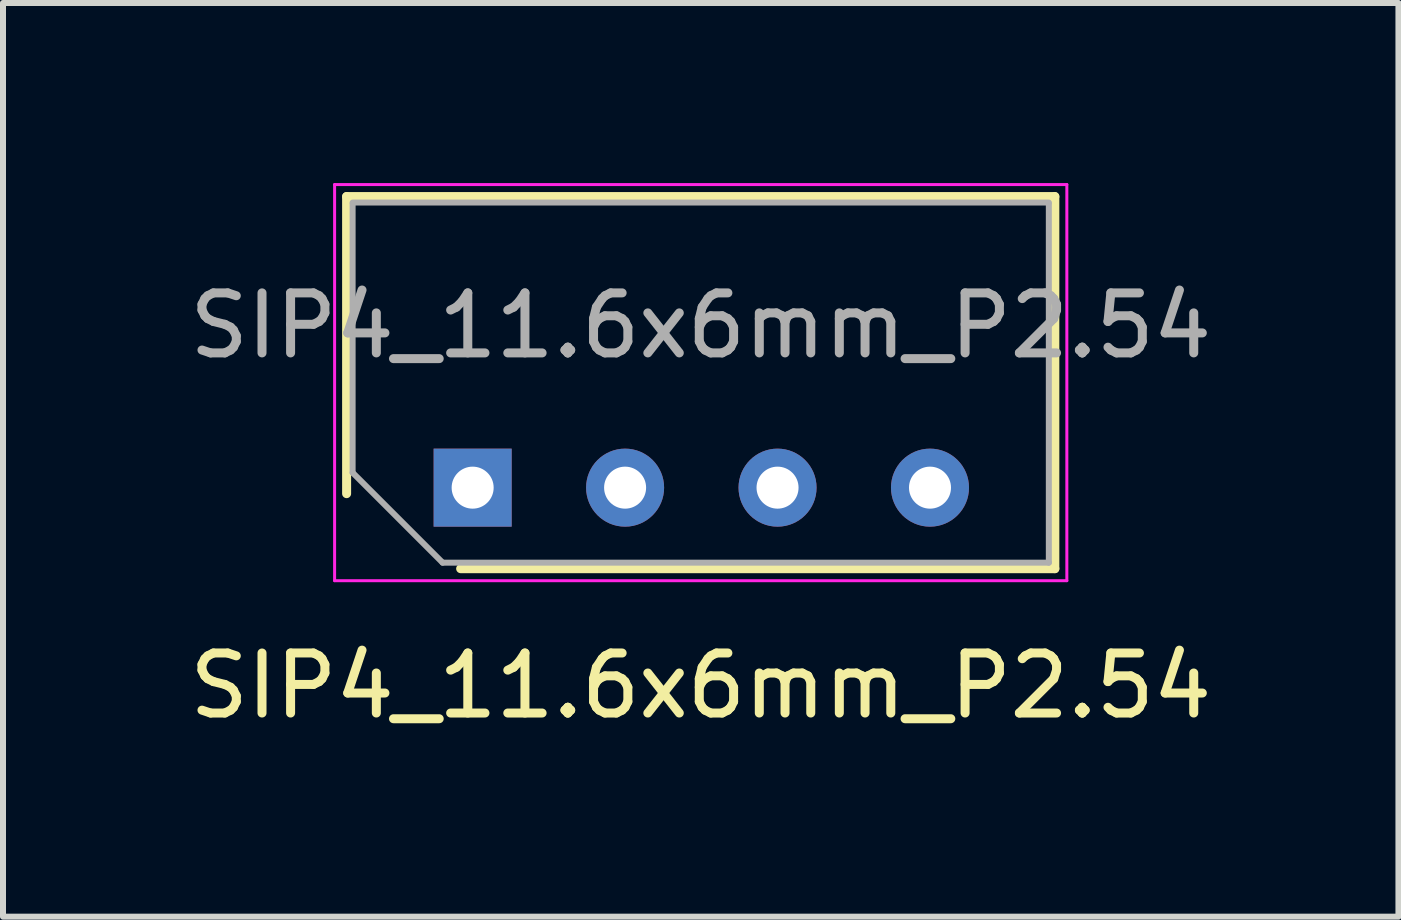
<source format=kicad_pcb>
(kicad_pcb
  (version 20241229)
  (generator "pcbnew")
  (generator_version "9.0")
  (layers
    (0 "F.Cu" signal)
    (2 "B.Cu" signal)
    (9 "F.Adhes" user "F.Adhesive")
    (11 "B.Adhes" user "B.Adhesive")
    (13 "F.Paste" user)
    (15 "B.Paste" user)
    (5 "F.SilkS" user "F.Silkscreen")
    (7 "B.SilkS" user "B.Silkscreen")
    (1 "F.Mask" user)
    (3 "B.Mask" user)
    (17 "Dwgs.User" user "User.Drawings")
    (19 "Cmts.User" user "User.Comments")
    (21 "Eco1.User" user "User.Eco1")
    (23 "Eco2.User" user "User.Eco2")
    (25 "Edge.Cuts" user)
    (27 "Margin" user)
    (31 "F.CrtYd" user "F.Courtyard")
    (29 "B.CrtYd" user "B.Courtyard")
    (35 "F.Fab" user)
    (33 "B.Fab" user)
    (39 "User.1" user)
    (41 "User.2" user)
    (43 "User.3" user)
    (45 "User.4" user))
  (footprint "SIP4_11.6x6mm_P2.54"
    (layer "F.Cu")
    (at 6.085 5.075)
    (property "Reference" "SIP4_11.6x6mm_P2.54" (at 2.54 3.3 180) (layer "F.SilkS") (effects (font (size 1 1) (thickness 0.15))))
    (attr through_hole)
    (fp_line (start -3.36 -4.85) (end 8.44 -4.85) (stroke (width 0.15) (type solid)) (layer "F.SilkS"))
    (fp_line (start -3.36 0.1) (end -3.36 -4.85) (stroke (width 0.15) (type solid)) (layer "F.SilkS"))
    (fp_line (start -1.46 1.35) (end 8.44 1.35) (stroke (width 0.15) (type solid)) (layer "F.SilkS"))
    (fp_line (start 8.44 -4.85) (end 8.44 1.35) (stroke (width 0.15) (type solid)) (layer "F.SilkS"))
    (fp_line (start -3.56 1.55) (end -3.56 -5.05) (stroke (width 0.05) (type solid)) (layer "F.CrtYd"))
    (fp_line (start 8.64 -5.05) (end -3.56 -5.05) (stroke (width 0.05) (type solid)) (layer "F.CrtYd"))
    (fp_line (start 8.64 1.55) (end -3.56 1.55) (stroke (width 0.05) (type solid)) (layer "F.CrtYd"))
    (fp_line (start 8.64 1.55) (end 8.64 -5.05) (stroke (width 0.05) (type solid)) (layer "F.CrtYd"))
    (fp_line (start -3.26 -4.73) (end -3.26 -0.25) (stroke (width 0.1) (type solid)) (layer "F.Fab"))
    (fp_line (start -3.26 -0.25) (end -1.76 1.25) (stroke (width 0.1) (type solid)) (layer "F.Fab"))
    (fp_line (start 8.34 -4.75) (end -3.26 -4.75) (stroke (width 0.1) (type solid)) (layer "F.Fab"))
    (fp_line (start 8.34 1.25) (end -1.76 1.25) (stroke (width 0.1) (type solid)) (layer "F.Fab"))
    (fp_line (start 8.34 1.25) (end 8.34 -4.73) (stroke (width 0.1) (type solid)) (layer "F.Fab"))
    (fp_text user "${REFERENCE}" (at 2.54 -2.7 180) (layer "F.Fab") (effects (font (size 1 1) (thickness 0.15))))
    (pad "1" thru_hole rect (at -1.26 0 270) (size 1.3 1.3) (drill 0.7) (layers "*.Cu" "*.Mask"))
    (pad "2" thru_hole circle (at 1.28 0 180) (size 1.3 1.3) (drill 0.7) (layers "*.Cu" "*.Mask"))
    (pad "3" thru_hole circle (at 3.82 0 270) (size 1.3 1.3) (drill 0.7) (layers "*.Cu" "*.Mask"))
    (pad "4" thru_hole circle (at 6.36 0 270) (size 1.3 1.3) (drill 0.7) (layers "*.Cu" "*.Mask")))
  (gr_rect
    (start -3 -3)
    (end 20.25 12.223)
    (stroke (width 0.1) (type default))
    (fill no)
    (layer "Edge.Cuts")))
</source>
